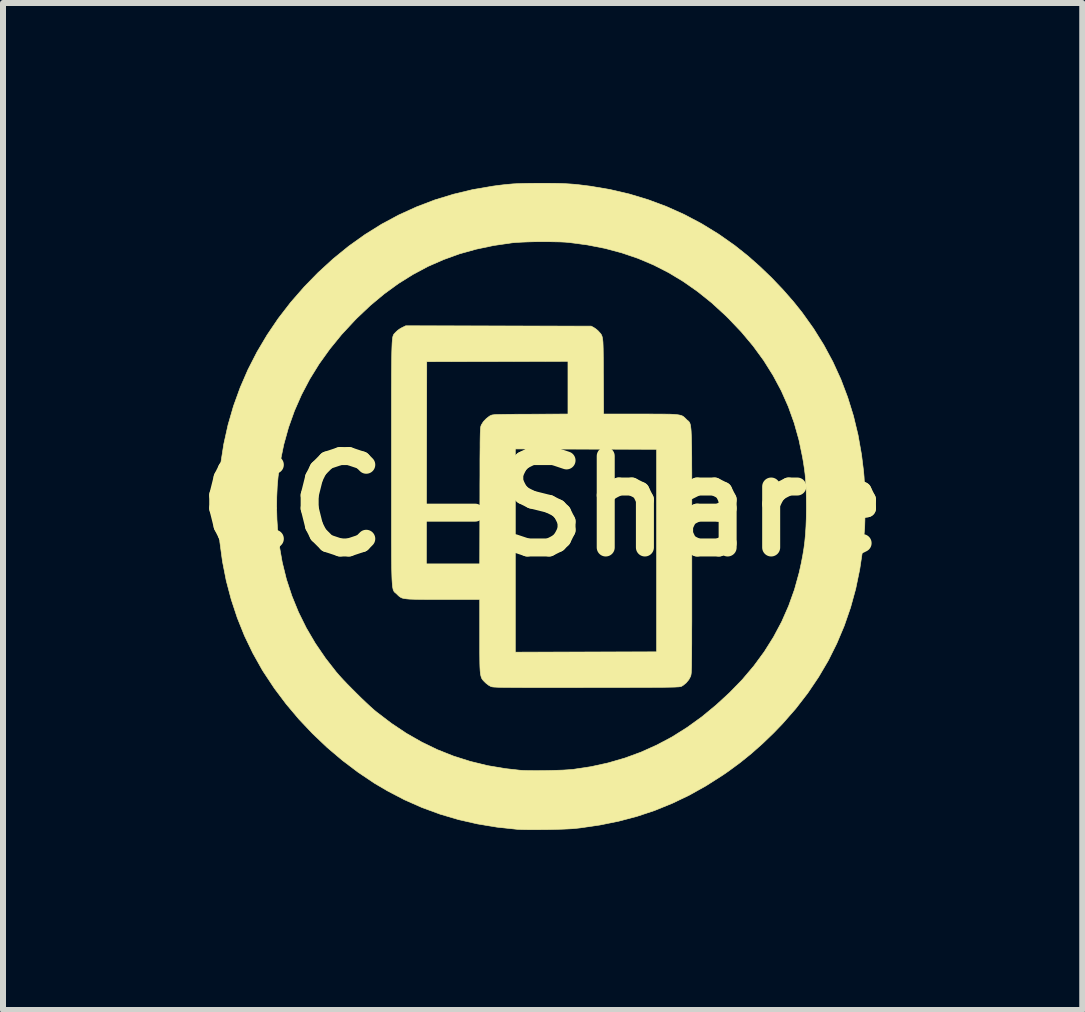
<source format=kicad_pcb>
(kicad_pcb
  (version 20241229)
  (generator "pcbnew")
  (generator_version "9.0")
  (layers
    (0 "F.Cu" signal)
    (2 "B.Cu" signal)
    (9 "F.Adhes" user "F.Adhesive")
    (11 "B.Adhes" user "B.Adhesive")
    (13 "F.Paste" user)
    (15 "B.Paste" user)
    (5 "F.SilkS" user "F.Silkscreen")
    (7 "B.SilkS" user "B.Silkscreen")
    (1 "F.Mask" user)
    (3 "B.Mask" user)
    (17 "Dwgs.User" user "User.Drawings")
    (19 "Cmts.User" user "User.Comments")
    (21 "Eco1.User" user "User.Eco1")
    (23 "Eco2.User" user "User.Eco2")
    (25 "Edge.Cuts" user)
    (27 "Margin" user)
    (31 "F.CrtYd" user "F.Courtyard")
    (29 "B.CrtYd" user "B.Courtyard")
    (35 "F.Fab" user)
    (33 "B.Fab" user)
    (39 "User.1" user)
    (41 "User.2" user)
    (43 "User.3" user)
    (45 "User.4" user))
  (footprint "CC-Share"
    (layer "F.Cu")
    (at 5.994 5.386)
    (property "Reference" "CC-Share" (at 0 0 0) (layer "F.SilkS") (effects (font (size 1.524 1.524) (thickness 0.3))))
    (attr through_hole)
    (fp_poly (pts (xy 0.103 -5.381) (xy 0.209 -5.38) (xy 0.303 -5.378) (xy 0.387 -5.374) (xy 0.466 -5.369) (xy 0.545 -5.363) (xy 0.626 -5.354) (xy 0.714 -5.343) (xy 0.794 -5.333) (xy 1.124 -5.277) (xy 1.446 -5.202) (xy 1.76 -5.107) (xy 2.066 -4.993) (xy 2.364 -4.859) (xy 2.653 -4.706) (xy 2.933 -4.534) (xy 3.205 -4.343) (xy 3.221 -4.33) (xy 3.421 -4.171) (xy 3.621 -3.994) (xy 3.817 -3.806) (xy 4.005 -3.609) (xy 4.181 -3.408) (xy 4.325 -3.228) (xy 4.515 -2.962) (xy 4.686 -2.688) (xy 4.838 -2.406) (xy 4.971 -2.115) (xy 5.085 -1.814) (xy 5.181 -1.505) (xy 5.258 -1.185) (xy 5.316 -0.856) (xy 5.35 -0.581) (xy 5.358 -0.489) (xy 5.364 -0.381) (xy 5.369 -0.261) (xy 5.372 -0.134) (xy 5.374 -0.006) (xy 5.374 0.118) (xy 5.372 0.235) (xy 5.369 0.338) (xy 5.367 0.376) (xy 5.336 0.72) (xy 5.286 1.054) (xy 5.219 1.378) (xy 5.133 1.691) (xy 5.028 1.995) (xy 4.904 2.289) (xy 4.762 2.574) (xy 4.6 2.849) (xy 4.42 3.116) (xy 4.22 3.375) (xy 4.001 3.625) (xy 3.853 3.779) (xy 3.666 3.959) (xy 3.481 4.123) (xy 3.293 4.275) (xy 3.096 4.42) (xy 3 4.486) (xy 2.724 4.662) (xy 2.445 4.818) (xy 2.161 4.954) (xy 1.871 5.072) (xy 1.574 5.171) (xy 1.268 5.252) (xy 0.951 5.316) (xy 0.622 5.364) (xy 0.556 5.371) (xy 0.495 5.377) (xy 0.417 5.381) (xy 0.325 5.385) (xy 0.224 5.388) (xy 0.118 5.391) (xy 0.009 5.392) (xy -0.097 5.393) (xy -0.197 5.393) (xy -0.288 5.392) (xy -0.365 5.39) (xy -0.423 5.387) (xy -0.76 5.351) (xy -1.086 5.297) (xy -1.402 5.225) (xy -1.71 5.134) (xy -2.01 5.024) (xy -2.302 4.895) (xy -2.587 4.746) (xy -2.803 4.619) (xy -3.074 4.437) (xy -3.337 4.238) (xy -3.591 4.023) (xy -3.832 3.794) (xy -4.061 3.552) (xy -4.274 3.299) (xy -4.471 3.037) (xy -4.649 2.768) (xy -4.673 2.73) (xy -4.83 2.45) (xy -4.969 2.161) (xy -5.089 1.862) (xy -5.19 1.556) (xy -5.273 1.242) (xy -5.336 0.921) (xy -5.38 0.595) (xy -5.404 0.263) (xy -5.407 0.032) (xy -4.433 0.032) (xy -4.428 0.222) (xy -4.416 0.409) (xy -4.398 0.587) (xy -4.391 0.645) (xy -4.34 0.936) (xy -4.27 1.22) (xy -4.179 1.497) (xy -4.069 1.767) (xy -3.939 2.03) (xy -3.789 2.286) (xy -3.619 2.535) (xy -3.442 2.762) (xy -3.393 2.819) (xy -3.332 2.886) (xy -3.261 2.961) (xy -3.183 3.04) (xy -3.102 3.121) (xy -3.021 3.201) (xy -2.942 3.276) (xy -2.869 3.344) (xy -2.805 3.401) (xy -2.766 3.433) (xy -2.521 3.62) (xy -2.271 3.787) (xy -2.015 3.933) (xy -1.753 4.06) (xy -1.483 4.167) (xy -1.205 4.255) (xy -0.919 4.325) (xy -0.622 4.375) (xy -0.381 4.402) (xy -0.322 4.406) (xy -0.247 4.408) (xy -0.158 4.409) (xy -0.061 4.409) (xy 0.042 4.408) (xy 0.145 4.406) (xy 0.245 4.403) (xy 0.338 4.4) (xy 0.419 4.395) (xy 0.486 4.39) (xy 0.508 4.388) (xy 0.806 4.343) (xy 1.093 4.28) (xy 1.372 4.199) (xy 1.642 4.1) (xy 1.904 3.982) (xy 2.16 3.846) (xy 2.409 3.689) (xy 2.653 3.513) (xy 2.892 3.316) (xy 3.115 3.111) (xy 3.328 2.892) (xy 3.521 2.664) (xy 3.695 2.427) (xy 3.849 2.182) (xy 3.985 1.927) (xy 4.101 1.663) (xy 4.199 1.389) (xy 4.277 1.107) (xy 4.311 0.953) (xy 4.336 0.824) (xy 4.356 0.703) (xy 4.371 0.585) (xy 4.382 0.466) (xy 4.39 0.342) (xy 4.395 0.207) (xy 4.397 0.058) (xy 4.397 -0.005) (xy 4.396 -0.135) (xy 4.394 -0.248) (xy 4.39 -0.35) (xy 4.383 -0.444) (xy 4.375 -0.535) (xy 4.363 -0.628) (xy 4.348 -0.728) (xy 4.333 -0.815) (xy 4.273 -1.104) (xy 4.194 -1.385) (xy 4.096 -1.658) (xy 3.979 -1.922) (xy 3.842 -2.178) (xy 3.686 -2.427) (xy 3.51 -2.668) (xy 3.314 -2.902) (xy 3.098 -3.129) (xy 3.045 -3.181) (xy 2.818 -3.389) (xy 2.585 -3.576) (xy 2.347 -3.743) (xy 2.102 -3.891) (xy 1.849 -4.02) (xy 1.589 -4.13) (xy 1.318 -4.222) (xy 1.037 -4.297) (xy 0.745 -4.354) (xy 0.445 -4.394) (xy 0.376 -4.4) (xy 0.29 -4.404) (xy 0.191 -4.406) (xy 0.084 -4.408) (xy -0.027 -4.408) (xy -0.139 -4.407) (xy -0.247 -4.404) (xy -0.347 -4.4) (xy -0.435 -4.395) (xy -0.506 -4.389) (xy -0.513 -4.388) (xy -0.815 -4.344) (xy -1.105 -4.283) (xy -1.385 -4.205) (xy -1.653 -4.108) (xy -1.913 -3.994) (xy -2.163 -3.86) (xy -2.406 -3.708) (xy -2.642 -3.536) (xy -2.871 -3.345) (xy -3.095 -3.133) (xy -3.133 -3.094) (xy -3.351 -2.859) (xy -3.548 -2.617) (xy -3.725 -2.37) (xy -3.882 -2.116) (xy -4.019 -1.855) (xy -4.137 -1.586) (xy -4.235 -1.311) (xy -4.314 -1.027) (xy -4.374 -0.735) (xy -4.408 -0.497) (xy -4.423 -0.333) (xy -4.431 -0.155) (xy -4.433 0.032) (xy -5.407 0.032) (xy -5.409 -0.073) (xy -5.394 -0.412) (xy -5.365 -0.709) (xy -5.314 -1.034) (xy -5.243 -1.354) (xy -5.152 -1.668) (xy -5.041 -1.975) (xy -4.911 -2.275) (xy -4.761 -2.568) (xy -4.592 -2.853) (xy -4.405 -3.129) (xy -4.199 -3.396) (xy -3.974 -3.654) (xy -3.744 -3.89) (xy -3.492 -4.121) (xy -3.231 -4.333) (xy -2.961 -4.526) (xy -2.682 -4.7) (xy -2.395 -4.854) (xy -2.1 -4.988) (xy -1.796 -5.104) (xy -1.484 -5.199) (xy -1.164 -5.276) (xy -0.836 -5.332) (xy -0.831 -5.333) (xy -0.736 -5.346) (xy -0.651 -5.356) (xy -0.571 -5.364) (xy -0.494 -5.371) (xy -0.413 -5.375) (xy -0.327 -5.378) (xy -0.23 -5.38) (xy -0.119 -5.381) (xy -0.021 -5.381) (xy 0.103 -5.381)) (stroke (width 0.01) (type solid)) (fill yes) (layer "F.SilkS"))
    (fp_poly (pts (xy -0.736 -3.003) (xy 0.81 -3) (xy 0.853 -2.977) (xy 0.886 -2.955) (xy 0.921 -2.926) (xy 0.936 -2.91) (xy 0.951 -2.893) (xy 0.964 -2.879) (xy 0.975 -2.864) (xy 0.984 -2.848) (xy 0.991 -2.829) (xy 0.997 -2.804) (xy 1.002 -2.773) (xy 1.006 -2.733) (xy 1.008 -2.684) (xy 1.01 -2.622) (xy 1.011 -2.547) (xy 1.012 -2.457) (xy 1.013 -2.349) (xy 1.013 -2.223) (xy 1.014 -2.162) (xy 1.017 -1.535) (xy 1.628 -1.535) (xy 1.765 -1.535) (xy 1.882 -1.534) (xy 1.981 -1.534) (xy 2.064 -1.533) (xy 2.133 -1.532) (xy 2.189 -1.529) (xy 2.235 -1.525) (xy 2.271 -1.52) (xy 2.3 -1.514) (xy 2.323 -1.506) (xy 2.342 -1.496) (xy 2.358 -1.483) (xy 2.374 -1.469) (xy 2.391 -1.452) (xy 2.398 -1.445) (xy 2.408 -1.435) (xy 2.418 -1.427) (xy 2.427 -1.42) (xy 2.435 -1.413) (xy 2.442 -1.404) (xy 2.449 -1.394) (xy 2.455 -1.381) (xy 2.46 -1.365) (xy 2.465 -1.344) (xy 2.469 -1.317) (xy 2.473 -1.284) (xy 2.476 -1.244) (xy 2.478 -1.196) (xy 2.481 -1.139) (xy 2.482 -1.073) (xy 2.484 -0.995) (xy 2.485 -0.906) (xy 2.486 -0.804) (xy 2.486 -0.689) (xy 2.487 -0.56) (xy 2.487 -0.415) (xy 2.487 -0.254) (xy 2.487 -0.077) (xy 2.487 0.119) (xy 2.487 0.333) (xy 2.487 0.567) (xy 2.487 0.748) (xy 2.487 0.991) (xy 2.487 1.215) (xy 2.487 1.419) (xy 2.487 1.605) (xy 2.487 1.773) (xy 2.487 1.925) (xy 2.486 2.061) (xy 2.486 2.182) (xy 2.486 2.289) (xy 2.485 2.383) (xy 2.485 2.465) (xy 2.484 2.536) (xy 2.483 2.596) (xy 2.483 2.647) (xy 2.482 2.69) (xy 2.48 2.725) (xy 2.479 2.753) (xy 2.478 2.776) (xy 2.476 2.794) (xy 2.474 2.808) (xy 2.472 2.818) (xy 2.47 2.827) (xy 2.468 2.834) (xy 2.466 2.839) (xy 2.437 2.893) (xy 2.393 2.946) (xy 2.34 2.989) (xy 2.318 3.002) (xy 2.312 3.005) (xy 2.305 3.007) (xy 2.295 3.009) (xy 2.282 3.011) (xy 2.265 3.013) (xy 2.241 3.014) (xy 2.211 3.016) (xy 2.174 3.017) (xy 2.128 3.018) (xy 2.072 3.019) (xy 2.005 3.02) (xy 1.927 3.02) (xy 1.835 3.021) (xy 1.73 3.022) (xy 1.61 3.022) (xy 1.474 3.022) (xy 1.321 3.023) (xy 1.15 3.023) (xy 0.961 3.023) (xy 0.751 3.023) (xy 0.736 3.023) (xy 0.523 3.024) (xy 0.33 3.024) (xy 0.156 3.024) (xy 0.000366 3.024) (xy -0.138 3.024) (xy -0.261 3.024) (xy -0.368 3.023) (xy -0.462 3.023) (xy -0.542 3.022) (xy -0.611 3.022) (xy -0.668 3.021) (xy -0.716 3.02) (xy -0.755 3.019) (xy -0.786 3.017) (xy -0.81 3.016) (xy -0.829 3.014) (xy -0.842 3.012) (xy -0.852 3.01) (xy -0.857 3.009) (xy -0.896 2.988) (xy -0.939 2.956) (xy -0.959 2.937) (xy -0.977 2.919) (xy -0.992 2.903) (xy -1.005 2.887) (xy -1.016 2.868) (xy -1.024 2.846) (xy -1.031 2.819) (xy -1.037 2.785) (xy -1.041 2.742) (xy -1.044 2.689) (xy -1.046 2.624) (xy -1.047 2.544) (xy -1.048 2.45) (xy -1.048 2.434) (xy -0.455 2.434) (xy 1.9 2.429) (xy 1.9 -0.947) (xy -0.455 -0.953) (xy -0.455 2.434) (xy -1.048 2.434) (xy -1.048 2.338) (xy -1.048 2.207) (xy -1.048 2.162) (xy -1.048 1.556) (xy -1.654 1.556) (xy -1.791 1.556) (xy -1.909 1.556) (xy -2.009 1.555) (xy -2.093 1.554) (xy -2.162 1.552) (xy -2.219 1.55) (xy -2.265 1.546) (xy -2.302 1.541) (xy -2.331 1.535) (xy -2.354 1.527) (xy -2.373 1.516) (xy -2.39 1.504) (xy -2.406 1.49) (xy -2.423 1.473) (xy -2.429 1.467) (xy -2.439 1.458) (xy -2.449 1.449) (xy -2.458 1.442) (xy -2.466 1.435) (xy -2.474 1.426) (xy -2.48 1.416) (xy -2.486 1.403) (xy -2.492 1.387) (xy -2.496 1.366) (xy -2.501 1.339) (xy -2.504 1.306) (xy -2.507 1.267) (xy -2.51 1.219) (xy -2.512 1.162) (xy -2.514 1.095) (xy -2.516 1.018) (xy -2.516 0.963) (xy -1.937 0.963) (xy -1.048 0.963) (xy -1.045 -0.172) (xy -1.045 -0.351) (xy -1.044 -0.511) (xy -1.044 -0.652) (xy -1.044 -0.775) (xy -1.043 -0.882) (xy -1.042 -0.974) (xy -1.042 -1.053) (xy -1.041 -1.119) (xy -1.04 -1.173) (xy -1.039 -1.217) (xy -1.037 -1.253) (xy -1.036 -1.281) (xy -1.034 -1.302) (xy -1.032 -1.318) (xy -1.029 -1.331) (xy -1.026 -1.34) (xy -1.023 -1.348) (xy -1.02 -1.355) (xy -0.987 -1.408) (xy -0.939 -1.458) (xy -0.885 -1.5) (xy -0.873 -1.506) (xy -0.864 -1.511) (xy -0.854 -1.515) (xy -0.842 -1.519) (xy -0.827 -1.521) (xy -0.805 -1.524) (xy -0.777 -1.526) (xy -0.739 -1.527) (xy -0.691 -1.528) (xy -0.631 -1.529) (xy -0.556 -1.53) (xy -0.466 -1.531) (xy -0.358 -1.532) (xy -0.231 -1.532) (xy -0.204 -1.532) (xy 0.423 -1.535) (xy 0.423 -2.413) (xy -1.931 -2.408) (xy -1.934 -0.722) (xy -1.937 0.963) (xy -2.516 0.963) (xy -2.517 0.929) (xy -2.518 0.827) (xy -2.518 0.712) (xy -2.519 0.583) (xy -2.519 0.439) (xy -2.519 0.278) (xy -2.519 0.101) (xy -2.519 -0.094) (xy -2.519 -0.308) (xy -2.519 -0.542) (xy -2.519 -0.725) (xy -2.519 -0.973) (xy -2.519 -1.2) (xy -2.519 -1.408) (xy -2.519 -1.597) (xy -2.519 -1.769) (xy -2.519 -1.924) (xy -2.518 -2.064) (xy -2.518 -2.188) (xy -2.517 -2.299) (xy -2.516 -2.396) (xy -2.515 -2.481) (xy -2.514 -2.555) (xy -2.512 -2.618) (xy -2.51 -2.672) (xy -2.508 -2.717) (xy -2.505 -2.754) (xy -2.502 -2.784) (xy -2.499 -2.809) (xy -2.495 -2.828) (xy -2.49 -2.843) (xy -2.485 -2.855) (xy -2.479 -2.865) (xy -2.473 -2.872) (xy -2.466 -2.88) (xy -2.459 -2.887) (xy -2.451 -2.896) (xy -2.449 -2.898) (xy -2.417 -2.928) (xy -2.375 -2.958) (xy -2.346 -2.974) (xy -2.281 -3.006) (xy -0.736 -3.003)) (stroke (width 0.01) (type solid)) (fill yes) (layer "F.SilkS")))
  (gr_rect
    (start -3 -3)
    (end 14.989 13.785)
    (stroke (width 0.1) (type default))
    (fill no)
    (layer "Edge.Cuts")))
</source>
